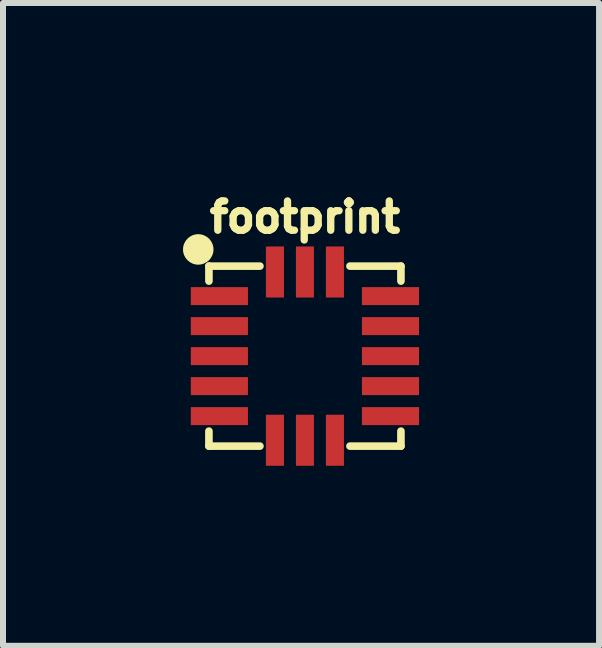
<source format=kicad_pcb>
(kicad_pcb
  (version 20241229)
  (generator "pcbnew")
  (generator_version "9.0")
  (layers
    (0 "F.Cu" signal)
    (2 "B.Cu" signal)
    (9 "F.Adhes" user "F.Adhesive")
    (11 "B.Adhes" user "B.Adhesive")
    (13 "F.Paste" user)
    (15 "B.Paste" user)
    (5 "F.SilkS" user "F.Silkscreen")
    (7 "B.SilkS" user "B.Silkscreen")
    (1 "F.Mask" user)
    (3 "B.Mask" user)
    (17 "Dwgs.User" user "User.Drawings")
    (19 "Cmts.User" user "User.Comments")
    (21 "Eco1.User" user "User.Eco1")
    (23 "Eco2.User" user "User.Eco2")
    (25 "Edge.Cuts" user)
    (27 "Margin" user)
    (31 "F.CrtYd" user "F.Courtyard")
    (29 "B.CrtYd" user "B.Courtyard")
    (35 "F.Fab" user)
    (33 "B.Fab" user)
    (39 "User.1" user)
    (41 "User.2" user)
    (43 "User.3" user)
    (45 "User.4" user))
  (footprint "footprint"
    (layer "F.Cu")
    (at 2.032 2.885)
    (property "Reference" "footprint" (at 0 -2.032 0) (layer "F.SilkS") (effects (font (size 0.488 0.488) (thickness 0.122)) (justify bottom)))
    (fp_line (start -1.6 -1.5) (end -1.6 -1.25) (stroke (width 0.127) (type solid)) (layer "F.SilkS"))
    (fp_line (start -1.6 1.5) (end -1.6 1.25) (stroke (width 0.127) (type solid)) (layer "F.SilkS"))
    (fp_line (start -0.75 -1.5) (end -1.6 -1.5) (stroke (width 0.127) (type solid)) (layer "F.SilkS"))
    (fp_line (start -0.75 1.5) (end -1.6 1.5) (stroke (width 0.127) (type solid)) (layer "F.SilkS"))
    (fp_line (start 0.75 -1.5) (end 1.6 -1.5) (stroke (width 0.127) (type solid)) (layer "F.SilkS"))
    (fp_line (start 0.75 1.5) (end 1.6 1.5) (stroke (width 0.127) (type solid)) (layer "F.SilkS"))
    (fp_line (start 1.6 -1.5) (end 1.6 -1.25) (stroke (width 0.127) (type solid)) (layer "F.SilkS"))
    (fp_line (start 1.6 1.5) (end 1.6 1.25) (stroke (width 0.127) (type solid)) (layer "F.SilkS"))
    (fp_circle (center -1.778 -1.778) (end -1.651 -1.778) (stroke (width 0.254) (type solid)) (fill yes) (layer "F.SilkS"))
    (pad "P$1" smd rect (at -1.426 -1) (size 0.952 0.3) (layers "F.Cu" "F.Mask" "F.Paste"))
    (pad "P$2" smd rect (at -1.426 -0.5) (size 0.952 0.3) (layers "F.Cu" "F.Mask" "F.Paste"))
    (pad "P$3" smd rect (at -1.426 0) (size 0.952 0.3) (layers "F.Cu" "F.Mask" "F.Paste"))
    (pad "P$4" smd rect (at -1.426 0.5) (size 0.952 0.3) (layers "F.Cu" "F.Mask" "F.Paste"))
    (pad "P$5" smd rect (at -1.426 1) (size 0.952 0.3) (layers "F.Cu" "F.Mask" "F.Paste"))
    (pad "P$6" smd rect (at -0.5 1.402 90) (size 0.851 0.3) (layers "F.Cu" "F.Mask" "F.Paste"))
    (pad "P$7" smd rect (at 0 1.402 90) (size 0.851 0.3) (layers "F.Cu" "F.Mask" "F.Paste"))
    (pad "P$8" smd rect (at 0.5 1.402 90) (size 0.851 0.3) (layers "F.Cu" "F.Mask" "F.Paste"))
    (pad "P$9" smd rect (at 1.426 1) (size 0.952 0.3) (layers "F.Cu" "F.Mask" "F.Paste"))
    (pad "P$10" smd rect (at 1.426 0.5) (size 0.952 0.3) (layers "F.Cu" "F.Mask" "F.Paste"))
    (pad "P$11" smd rect (at 1.426 0) (size 0.952 0.3) (layers "F.Cu" "F.Mask" "F.Paste"))
    (pad "P$12" smd rect (at 1.426 -0.5) (size 0.952 0.3) (layers "F.Cu" "F.Mask" "F.Paste"))
    (pad "P$13" smd rect (at 1.426 -1) (size 0.952 0.3) (layers "F.Cu" "F.Mask" "F.Paste"))
    (pad "P$14" smd rect (at 0.5 -1.402 90) (size 0.851 0.3) (layers "F.Cu" "F.Mask" "F.Paste"))
    (pad "P$15" smd rect (at 0 -1.402 90) (size 0.851 0.3) (layers "F.Cu" "F.Mask" "F.Paste"))
    (pad "P$16" smd rect (at -0.5 -1.402 90) (size 0.851 0.3) (layers "F.Cu" "F.Mask" "F.Paste")))
  (gr_rect
    (start -3 -3)
    (end 6.934 7.713)
    (stroke (width 0.1) (type default))
    (fill no)
    (layer "Edge.Cuts")))
</source>
